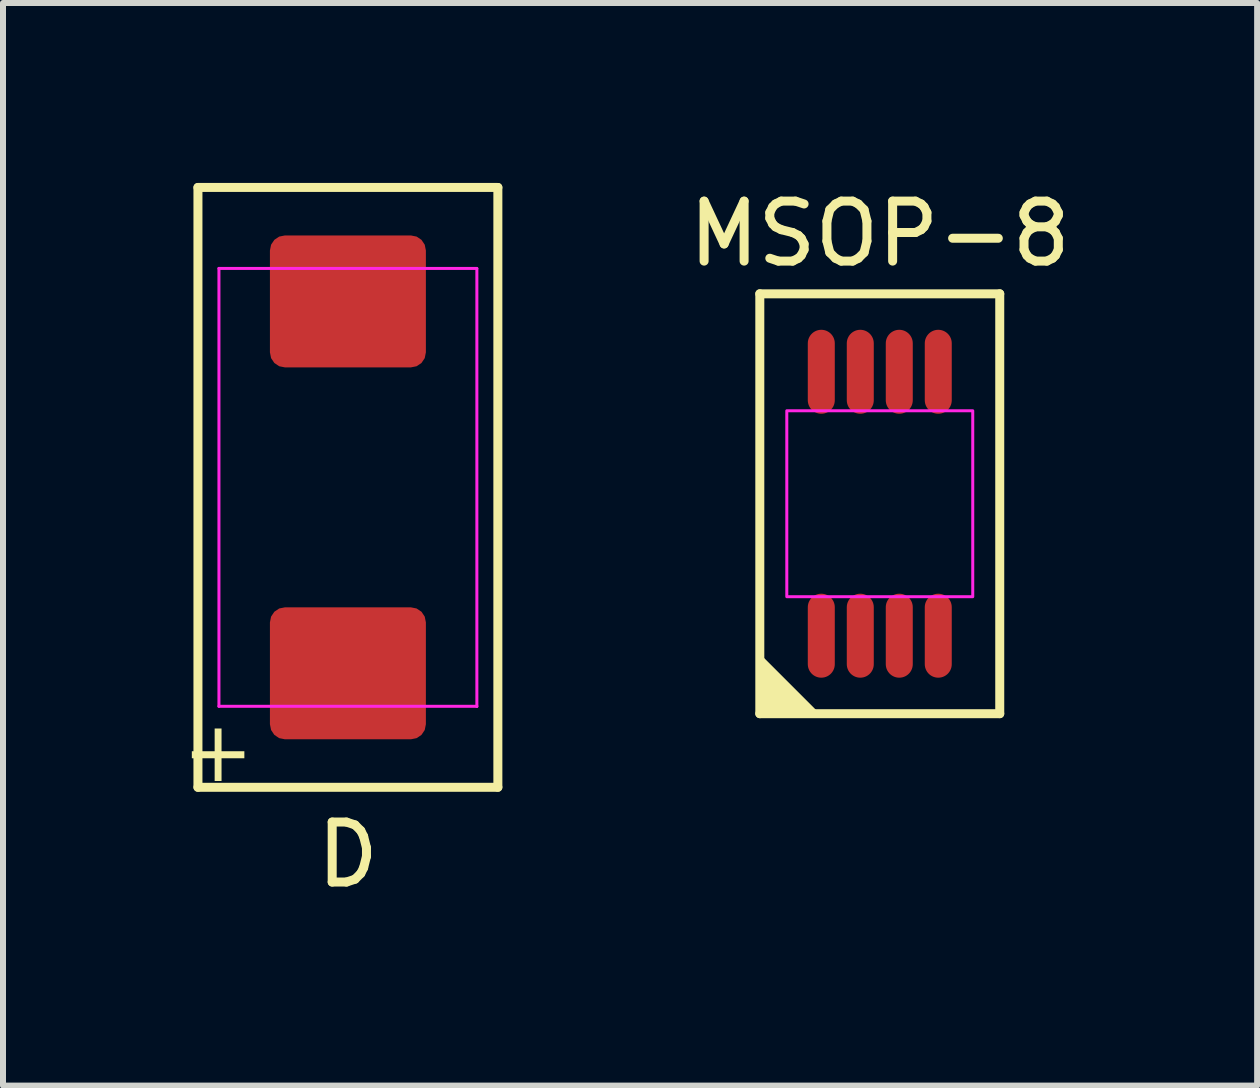
<source format=kicad_pcb>
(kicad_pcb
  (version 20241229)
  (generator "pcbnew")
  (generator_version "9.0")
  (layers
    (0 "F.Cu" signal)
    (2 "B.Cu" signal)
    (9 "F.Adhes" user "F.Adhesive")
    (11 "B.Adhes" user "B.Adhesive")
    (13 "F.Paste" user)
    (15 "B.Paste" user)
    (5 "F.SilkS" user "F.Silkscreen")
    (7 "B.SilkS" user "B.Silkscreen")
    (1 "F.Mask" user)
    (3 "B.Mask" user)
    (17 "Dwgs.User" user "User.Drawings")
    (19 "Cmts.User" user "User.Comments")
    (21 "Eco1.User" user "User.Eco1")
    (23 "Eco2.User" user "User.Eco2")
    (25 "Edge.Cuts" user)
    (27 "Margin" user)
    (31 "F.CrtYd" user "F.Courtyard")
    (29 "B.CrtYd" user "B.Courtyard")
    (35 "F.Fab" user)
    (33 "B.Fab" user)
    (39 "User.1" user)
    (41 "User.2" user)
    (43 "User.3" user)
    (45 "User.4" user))
  (footprint "D"
    (layer "F.Cu")
    (at 2.75 5.075)
    (property "Reference" "D" (at 0 6.125 180) (layer "F.SilkS") (effects (font (size 1 1) (thickness 0.15))))
    (fp_line (start -2.5 -5) (end -2.5 5) (stroke (width 0.15) (type solid)) (layer "F.SilkS"))
    (fp_line (start 2.5 -5) (end -2.5 -5) (stroke (width 0.15) (type solid)) (layer "F.SilkS"))
    (fp_line (start 2.5 -5) (end 2.5 5) (stroke (width 0.15) (type solid)) (layer "F.SilkS"))
    (fp_line (start 2.5 5) (end -2.5 5) (stroke (width 0.15) (type solid)) (layer "F.SilkS"))
    (fp_line (start -2.15 -3.65) (end -2.15 3.65) (stroke (width 0.05) (type solid)) (layer "F.CrtYd"))
    (fp_line (start 2.15 -3.65) (end -2.15 -3.65) (stroke (width 0.05) (type solid)) (layer "F.CrtYd"))
    (fp_line (start 2.15 -3.646) (end 2.15 3.654) (stroke (width 0.05) (type solid)) (layer "F.CrtYd"))
    (fp_line (start 2.15 3.65) (end -2.15 3.65) (stroke (width 0.05) (type solid)) (layer "F.CrtYd"))
    (fp_text user "+" (at -1.578 3.85 180) (unlocked yes) (layer "F.SilkS") (effects (font (face "Arial") (size 1 1) (thickness 0.25)) (justify left bottom)))
    (pad "1" smd roundrect (at 0 3.1 180) (size 2.6 2.2) (layers "F.Cu" "F.Mask" "F.Paste") (roundrect_rratio 0.114))
    (pad "2" smd roundrect (at 0 -3.1 180) (size 2.6 2.2) (layers "F.Cu" "F.Mask" "F.Paste") (roundrect_rratio 0.114)))
  (footprint "MSOP-8"
    (layer "F.Cu")
    (at 11.617 5.348)
    (property "Reference" "MSOP-8" (at 0 -4.5 0) (layer "F.SilkS") (effects (font (size 1 1) (thickness 0.15))))
    (fp_line (start -2 3.5) (end -2 -3.5) (stroke (width 0.15) (type solid)) (layer "F.SilkS"))
    (fp_line (start 2 -3.5) (end -2 -3.5) (stroke (width 0.15) (type solid)) (layer "F.SilkS"))
    (fp_line (start 2 3.5) (end -2 3.5) (stroke (width 0.15) (type solid)) (layer "F.SilkS"))
    (fp_line (start 2 3.5) (end 2 -3.5) (stroke (width 0.15) (type solid)) (layer "F.SilkS"))
    (fp_poly (pts (xy -2 3.5) (xy -1 3.5) (xy -2 2.5)) (stroke (width 0) (type default)) (fill yes) (layer "F.SilkS"))
    (fp_rect (start -1.55 -1.55) (end 1.55 1.55) (stroke (width 0.05) (type solid)) (fill no) (layer "F.CrtYd"))
    (pad "1" smd oval (at -0.975 2.2) (size 0.45 1.4) (layers "F.Cu" "F.Mask" "F.Paste"))
    (pad "2" smd oval (at -0.325 2.2) (size 0.45 1.4) (layers "F.Cu" "F.Mask" "F.Paste"))
    (pad "3" smd oval (at 0.325 2.2) (size 0.45 1.4) (layers "F.Cu" "F.Mask" "F.Paste"))
    (pad "4" smd oval (at 0.975 2.2) (size 0.45 1.4) (layers "F.Cu" "F.Mask" "F.Paste"))
    (pad "5" smd oval (at 0.975 -2.2) (size 0.45 1.4) (layers "F.Cu" "F.Mask" "F.Paste"))
    (pad "6" smd oval (at 0.325 -2.2) (size 0.45 1.4) (layers "F.Cu" "F.Mask" "F.Paste"))
    (pad "7" smd oval (at -0.325 -2.2) (size 0.45 1.4) (layers "F.Cu" "F.Mask" "F.Paste"))
    (pad "8" smd oval (at -0.975 -2.2) (size 0.45 1.4) (layers "F.Cu" "F.Mask" "F.Paste")))
  (gr_rect
    (start -3 -3)
    (end 17.908 15.048)
    (stroke (width 0.1) (type default))
    (fill no)
    (layer "Edge.Cuts")))
</source>
